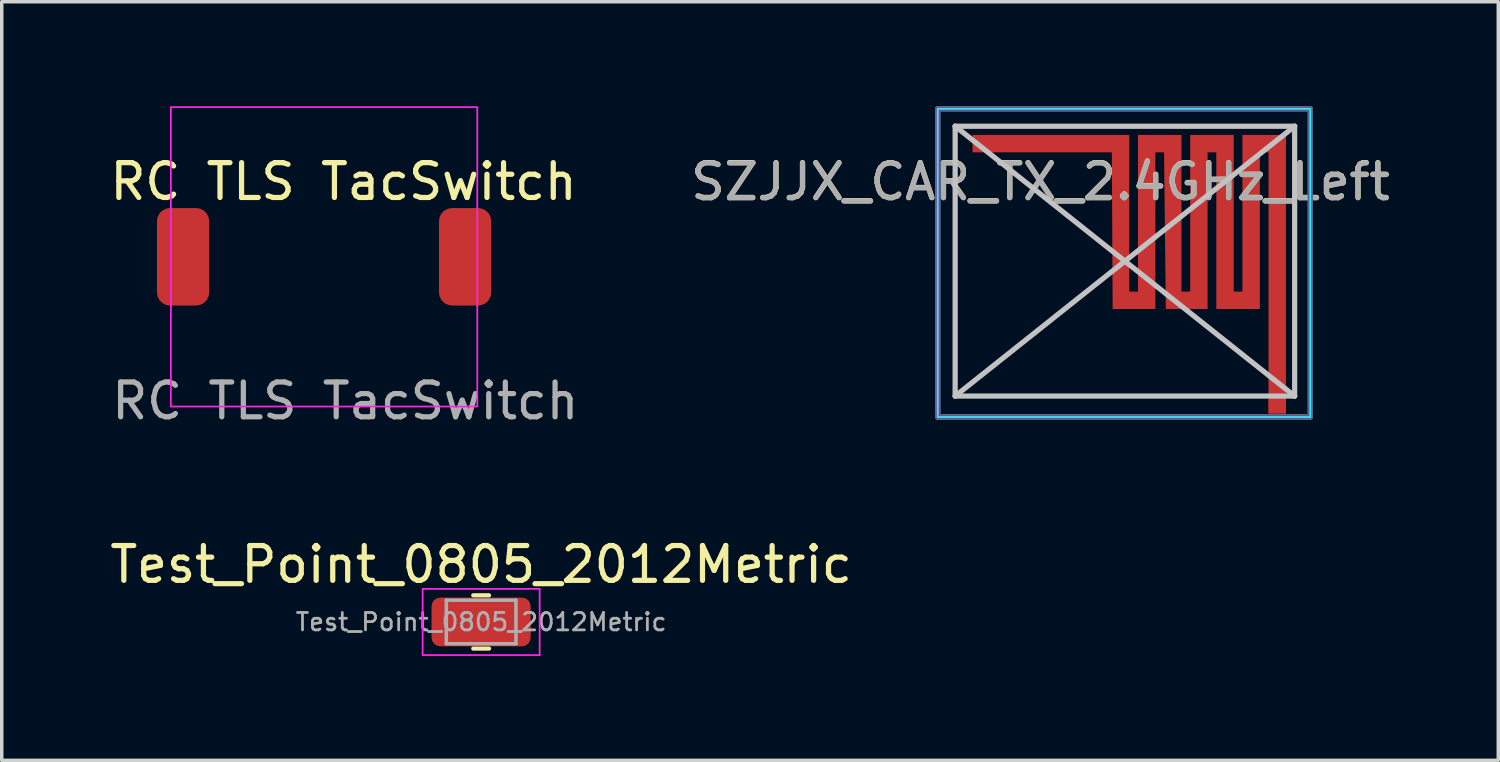
<source format=kicad_pcb>
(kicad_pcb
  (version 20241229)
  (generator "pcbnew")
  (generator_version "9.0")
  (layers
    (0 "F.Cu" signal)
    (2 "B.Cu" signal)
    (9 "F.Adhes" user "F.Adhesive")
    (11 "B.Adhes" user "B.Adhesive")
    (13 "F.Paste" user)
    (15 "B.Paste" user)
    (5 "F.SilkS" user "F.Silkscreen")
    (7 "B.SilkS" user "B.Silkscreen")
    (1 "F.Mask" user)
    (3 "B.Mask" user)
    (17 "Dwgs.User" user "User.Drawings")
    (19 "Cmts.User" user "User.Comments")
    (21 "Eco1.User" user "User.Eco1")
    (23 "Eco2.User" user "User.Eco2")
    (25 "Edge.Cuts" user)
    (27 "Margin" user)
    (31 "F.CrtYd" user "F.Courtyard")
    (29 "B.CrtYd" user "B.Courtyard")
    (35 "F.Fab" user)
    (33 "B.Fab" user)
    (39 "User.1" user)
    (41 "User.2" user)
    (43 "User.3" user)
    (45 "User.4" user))
  (footprint "SZJJX_CAR_TX_2.4GHz_Left"
    (layer "F.Cu")
    (at 31.381 8.575)
    (property "Reference" "SZJJX_CAR_TX_2.4GHz_Left" (at -4.55 -6.41 180) (layer "F.SilkS") (effects (font (size 1 1) (thickness 0.15))))
    (attr exclude_from_pos_files)
    (fp_poly (pts (xy -2 -7.75) (xy -2 -3.25) (xy -1.75 -3.25) (xy -1.75 -7.75) (xy -0.5 -7.75) (xy -0.5 -3.25) (xy -0.25 -3.25) (xy -0.25 -7.75) (xy 1 -7.75) (xy 1 -3.25) (xy 1.25 -3.25) (xy 1.25 -7.75) (xy 2.5 -7.75) (xy 2.5 0.25) (xy 2 0.25) (xy 2 -7.25) (xy 1.75 -7.25) (xy 1.75 -2.75) (xy 0.5 -2.75) (xy 0.5 -7.25) (xy 0.25 -7.25) (xy 0.25 -2.75) (xy -0.95 -2.75) (xy -1 -7.25) (xy -1.25 -7.25) (xy -1.25 -2.75) (xy -2.477 -2.75) (xy -2.5 -7.25) (xy -6.5 -7.25) (xy -6.5 -7.75)) (stroke (width 0) (type solid)) (fill yes) (layer "F.Cu"))
    (fp_line (start -7 -0.25) (end -7 -8) (stroke (width 0.15) (type solid)) (layer "Dwgs.User"))
    (fp_line (start 2.75 -8) (end -7 -8) (stroke (width 0.15) (type solid)) (layer "Dwgs.User"))
    (fp_line (start 2.75 -8) (end -7 -0.25) (stroke (width 0.15) (type solid)) (layer "Dwgs.User"))
    (fp_line (start 2.75 -0.25) (end -7 -8) (stroke (width 0.15) (type solid)) (layer "Dwgs.User"))
    (fp_line (start 2.75 -0.25) (end -7 -0.25) (stroke (width 0.15) (type solid)) (layer "Dwgs.User"))
    (fp_line (start 2.75 -0.25) (end 2.75 -8) (stroke (width 0.15) (type solid)) (layer "Dwgs.User"))
    (fp_line (start -7.5 -8.5) (end -7.5 0.35) (stroke (width 0.05) (type solid)) (layer "B.CrtYd"))
    (fp_line (start -7.5 0.35) (end 3.2 0.35) (stroke (width 0.05) (type solid)) (layer "B.CrtYd"))
    (fp_line (start 3.2 -8.5) (end -7.5 -8.5) (stroke (width 0.05) (type solid)) (layer "B.CrtYd"))
    (fp_line (start 3.2 0.35) (end 3.2 -8.5) (stroke (width 0.05) (type solid)) (layer "B.CrtYd"))
    (fp_line (start -7.5 -8.5) (end -7.5 0.35) (stroke (width 0.05) (type solid)) (layer "F.CrtYd"))
    (fp_line (start -7.5 0.35) (end 3.2 0.35) (stroke (width 0.05) (type solid)) (layer "F.CrtYd"))
    (fp_line (start 3.2 -8.5) (end -7.5 -8.5) (stroke (width 0.05) (type solid)) (layer "F.CrtYd"))
    (fp_line (start 3.2 0.35) (end 3.2 -8.5) (stroke (width 0.05) (type solid)) (layer "F.CrtYd"))
    (fp_line (start -7.5 -8.5) (end -7.5 0.35) (stroke (width 0.15) (type solid)) (layer "B.Fab"))
    (fp_line (start -7.5 0.35) (end 3.2 0.35) (stroke (width 0.15) (type solid)) (layer "B.Fab"))
    (fp_line (start 3.2 -8.5) (end -7.5 -8.5) (stroke (width 0.15) (type solid)) (layer "B.Fab"))
    (fp_line (start 3.2 0.35) (end 3.2 -8.5) (stroke (width 0.15) (type solid)) (layer "B.Fab"))
    (fp_line (start -7.5 -8.5) (end -7.5 0.35) (stroke (width 0.15) (type solid)) (layer "F.Fab"))
    (fp_line (start -7.5 0.35) (end 3.2 0.35) (stroke (width 0.15) (type solid)) (layer "F.Fab"))
    (fp_line (start 3.2 -8.5) (end -7.5 -8.5) (stroke (width 0.15) (type solid)) (layer "F.Fab"))
    (fp_line (start 3.2 0.35) (end 3.2 -8.5) (stroke (width 0.15) (type solid)) (layer "F.Fab"))
    (fp_text user "${REFERENCE}" (at -4.55 -6.4 180) (layer "F.Fab") (effects (font (size 1 1) (thickness 0.15))))
    (pad "1" connect rect (at 2.25 0) (size 0.5 0.5) (layers "F.Cu")))
  (footprint "RC TLS TacSwitch"
    (layer "F.Cu")
    (at 6.257 4.325)
    (property "Reference" "RC TLS TacSwitch" (at 0.559 -2.159 0) (unlocked yes) (layer "F.SilkS") (effects (font (size 1 1) (thickness 0.15))))
    (attr smd)
    (fp_rect (start -4.4 -4.3) (end 4.4 4.3) (stroke (width 0.05) (type solid)) (fill no) (layer "F.CrtYd"))
    (fp_text user "${REFERENCE}" (at 0.61 4.14 0) (unlocked yes) (layer "F.Fab") (effects (font (size 1 1) (thickness 0.15))))
    (pad "1" smd roundrect (at -4.05 0) (size 1.5 2.8) (layers "F.Cu" "F.Mask" "F.Paste") (roundrect_rratio 0.25))
    (pad "2" smd roundrect (at 4.05 0) (size 1.5 2.8) (layers "F.Cu" "F.Mask" "F.Paste") (roundrect_rratio 0.25)))
  (footprint "Test_Point_0805_2012Metric"
    (layer "F.Cu")
    (at 10.768 14.812)
    (property "Reference" "Test_Point_0805_2012Metric" (at 0 -1.65 0) (layer "F.SilkS") (effects (font (size 1 1) (thickness 0.15))))
    (attr smd)
    (fp_line (start -0.227 -0.765) (end 0.227 -0.765) (stroke (width 0.12) (type solid)) (layer "F.SilkS"))
    (fp_line (start -0.227 0.765) (end 0.227 0.765) (stroke (width 0.12) (type solid)) (layer "F.SilkS"))
    (fp_line (start -1.68 -0.95) (end 1.68 -0.95) (stroke (width 0.05) (type solid)) (layer "F.CrtYd"))
    (fp_line (start -1.68 0.95) (end -1.68 -0.95) (stroke (width 0.05) (type solid)) (layer "F.CrtYd"))
    (fp_line (start 1.68 -0.95) (end 1.68 0.95) (stroke (width 0.05) (type solid)) (layer "F.CrtYd"))
    (fp_line (start 1.68 0.95) (end -1.68 0.95) (stroke (width 0.05) (type solid)) (layer "F.CrtYd"))
    (fp_line (start -1 -0.625) (end 1 -0.625) (stroke (width 0.1) (type solid)) (layer "F.Fab"))
    (fp_line (start -1 0.625) (end -1 -0.625) (stroke (width 0.1) (type solid)) (layer "F.Fab"))
    (fp_line (start 1 -0.625) (end 1 0.625) (stroke (width 0.1) (type solid)) (layer "F.Fab"))
    (fp_line (start 1 0.625) (end -1 0.625) (stroke (width 0.1) (type solid)) (layer "F.Fab"))
    (fp_text user "${REFERENCE}" (at 0 0 0) (layer "F.Fab") (effects (font (size 0.5 0.5) (thickness 0.08))))
    (pad "1" smd roundrect (at -0.001 0) (size 2.847 1.4) (layers "F.Cu" "F.Mask" "F.Paste") (roundrect_rratio 0.179)))
  (gr_rect
    (start -3 -3)
    (end 39.979 18.787)
    (stroke (width 0.1) (type default))
    (fill no)
    (layer "Edge.Cuts")))
</source>
